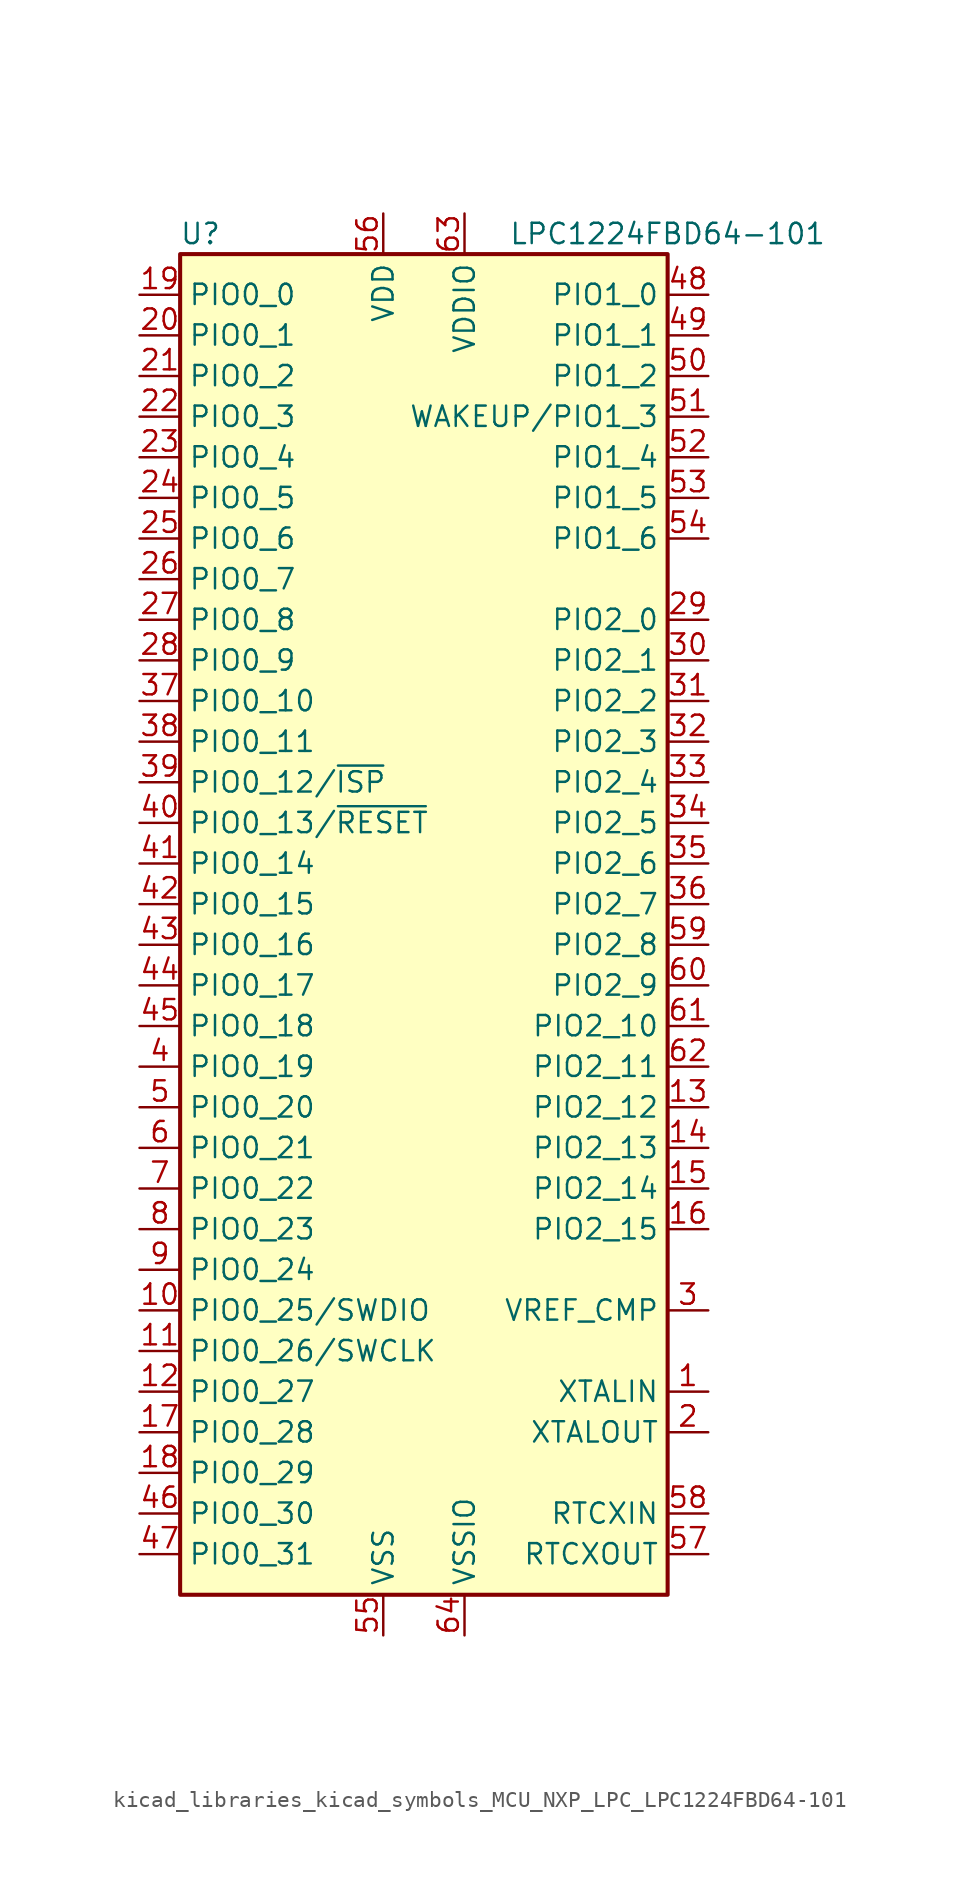
<source format=kicad_sym>
(kicad_symbol_lib
  (version 20220914)
  (generator kicad_symbol_editor)
  (symbol "kicad_libraries_kicad_symbols_MCU_NXP_LPC_LPC1224FBD64-101"
    (property "Reference" "U"
      (at -13.97 44.45 0)
      (effects (font (size 1.27 1.27))))
    (property "Value" "LPC1224FBD64-101"
      (at 15.24 44.45 0)
      (effects (font (size 1.27 1.27))))
    (symbol "kicad_libraries_kicad_symbols_MCU_NXP_LPC_LPC1224FBD64-101_0_1"
      (rectangle (start -15.24 43.18) (end 15.24 -40.64) (stroke (width 0.254) (type default)) (fill (type background))))
    (symbol "kicad_libraries_kicad_symbols_MCU_NXP_LPC_LPC1224FBD64-101_1_1"
      (pin input line (at 17.78 -27.94 180) (length 2.54) (name "XTALIN" (effects (font (size 1.27 1.27)))) (number "1" (effects (font (size 1.27 1.27)))))
      (pin bidirectional line (at -17.78 -22.86 0) (length 2.54) (name "PIO0_25/SWDIO" (effects (font (size 1.27 1.27)))) (number "10" (effects (font (size 1.27 1.27)))))
      (pin bidirectional line (at -17.78 -25.4 0) (length 2.54) (name "PIO0_26/SWCLK" (effects (font (size 1.27 1.27)))) (number "11" (effects (font (size 1.27 1.27)))))
      (pin bidirectional line (at -17.78 -27.94 0) (length 2.54) (name "PIO0_27" (effects (font (size 1.27 1.27)))) (number "12" (effects (font (size 1.27 1.27)))))
      (pin bidirectional line (at 17.78 -10.16 180) (length 2.54) (name "PIO2_12" (effects (font (size 1.27 1.27)))) (number "13" (effects (font (size 1.27 1.27)))))
      (pin bidirectional line (at 17.78 -12.7 180) (length 2.54) (name "PIO2_13" (effects (font (size 1.27 1.27)))) (number "14" (effects (font (size 1.27 1.27)))))
      (pin bidirectional line (at 17.78 -15.24 180) (length 2.54) (name "PIO2_14" (effects (font (size 1.27 1.27)))) (number "15" (effects (font (size 1.27 1.27)))))
      (pin bidirectional line (at 17.78 -17.78 180) (length 2.54) (name "PIO2_15" (effects (font (size 1.27 1.27)))) (number "16" (effects (font (size 1.27 1.27)))))
      (pin bidirectional line (at -17.78 -30.48 0) (length 2.54) (name "PIO0_28" (effects (font (size 1.27 1.27)))) (number "17" (effects (font (size 1.27 1.27)))))
      (pin bidirectional line (at -17.78 -33.02 0) (length 2.54) (name "PIO0_29" (effects (font (size 1.27 1.27)))) (number "18" (effects (font (size 1.27 1.27)))))
      (pin bidirectional line (at -17.78 40.64 0) (length 2.54) (name "PIO0_0" (effects (font (size 1.27 1.27)))) (number "19" (effects (font (size 1.27 1.27)))))
      (pin output line (at 17.78 -30.48 180) (length 2.54) (name "XTALOUT" (effects (font (size 1.27 1.27)))) (number "2" (effects (font (size 1.27 1.27)))))
      (pin bidirectional line (at -17.78 38.1 0) (length 2.54) (name "PIO0_1" (effects (font (size 1.27 1.27)))) (number "20" (effects (font (size 1.27 1.27)))))
      (pin bidirectional line (at -17.78 35.56 0) (length 2.54) (name "PIO0_2" (effects (font (size 1.27 1.27)))) (number "21" (effects (font (size 1.27 1.27)))))
      (pin bidirectional line (at -17.78 33.02 0) (length 2.54) (name "PIO0_3" (effects (font (size 1.27 1.27)))) (number "22" (effects (font (size 1.27 1.27)))))
      (pin bidirectional line (at -17.78 30.48 0) (length 2.54) (name "PIO0_4" (effects (font (size 1.27 1.27)))) (number "23" (effects (font (size 1.27 1.27)))))
      (pin bidirectional line (at -17.78 27.94 0) (length 2.54) (name "PIO0_5" (effects (font (size 1.27 1.27)))) (number "24" (effects (font (size 1.27 1.27)))))
      (pin bidirectional line (at -17.78 25.4 0) (length 2.54) (name "PIO0_6" (effects (font (size 1.27 1.27)))) (number "25" (effects (font (size 1.27 1.27)))))
      (pin bidirectional line (at -17.78 22.86 0) (length 2.54) (name "PIO0_7" (effects (font (size 1.27 1.27)))) (number "26" (effects (font (size 1.27 1.27)))))
      (pin bidirectional line (at -17.78 20.32 0) (length 2.54) (name "PIO0_8" (effects (font (size 1.27 1.27)))) (number "27" (effects (font (size 1.27 1.27)))))
      (pin bidirectional line (at -17.78 17.78 0) (length 2.54) (name "PIO0_9" (effects (font (size 1.27 1.27)))) (number "28" (effects (font (size 1.27 1.27)))))
      (pin bidirectional line (at 17.78 20.32 180) (length 2.54) (name "PIO2_0" (effects (font (size 1.27 1.27)))) (number "29" (effects (font (size 1.27 1.27)))))
      (pin input line (at 17.78 -22.86 180) (length 2.54) (name "VREF_CMP" (effects (font (size 1.27 1.27)))) (number "3" (effects (font (size 1.27 1.27)))))
      (pin bidirectional line (at 17.78 17.78 180) (length 2.54) (name "PIO2_1" (effects (font (size 1.27 1.27)))) (number "30" (effects (font (size 1.27 1.27)))))
      (pin bidirectional line (at 17.78 15.24 180) (length 2.54) (name "PIO2_2" (effects (font (size 1.27 1.27)))) (number "31" (effects (font (size 1.27 1.27)))))
      (pin bidirectional line (at 17.78 12.7 180) (length 2.54) (name "PIO2_3" (effects (font (size 1.27 1.27)))) (number "32" (effects (font (size 1.27 1.27)))))
      (pin bidirectional line (at 17.78 10.16 180) (length 2.54) (name "PIO2_4" (effects (font (size 1.27 1.27)))) (number "33" (effects (font (size 1.27 1.27)))))
      (pin bidirectional line (at 17.78 7.62 180) (length 2.54) (name "PIO2_5" (effects (font (size 1.27 1.27)))) (number "34" (effects (font (size 1.27 1.27)))))
      (pin bidirectional line (at 17.78 5.08 180) (length 2.54) (name "PIO2_6" (effects (font (size 1.27 1.27)))) (number "35" (effects (font (size 1.27 1.27)))))
      (pin bidirectional line (at 17.78 2.54 180) (length 2.54) (name "PIO2_7" (effects (font (size 1.27 1.27)))) (number "36" (effects (font (size 1.27 1.27)))))
      (pin bidirectional line (at -17.78 15.24 0) (length 2.54) (name "PIO0_10" (effects (font (size 1.27 1.27)))) (number "37" (effects (font (size 1.27 1.27)))))
      (pin bidirectional line (at -17.78 12.7 0) (length 2.54) (name "PIO0_11" (effects (font (size 1.27 1.27)))) (number "38" (effects (font (size 1.27 1.27)))))
      (pin bidirectional line (at -17.78 10.16 0) (length 2.54) (name "PIO0_12/~{ISP}" (effects (font (size 1.27 1.27)))) (number "39" (effects (font (size 1.27 1.27)))))
      (pin bidirectional line (at -17.78 -7.62 0) (length 2.54) (name "PIO0_19" (effects (font (size 1.27 1.27)))) (number "4" (effects (font (size 1.27 1.27)))))
      (pin bidirectional line (at -17.78 7.62 0) (length 2.54) (name "PIO0_13/~{RESET}" (effects (font (size 1.27 1.27)))) (number "40" (effects (font (size 1.27 1.27)))))
      (pin bidirectional line (at -17.78 5.08 0) (length 2.54) (name "PIO0_14" (effects (font (size 1.27 1.27)))) (number "41" (effects (font (size 1.27 1.27)))))
      (pin bidirectional line (at -17.78 2.54 0) (length 2.54) (name "PIO0_15" (effects (font (size 1.27 1.27)))) (number "42" (effects (font (size 1.27 1.27)))))
      (pin bidirectional line (at -17.78 0 0) (length 2.54) (name "PIO0_16" (effects (font (size 1.27 1.27)))) (number "43" (effects (font (size 1.27 1.27)))))
      (pin bidirectional line (at -17.78 -2.54 0) (length 2.54) (name "PIO0_17" (effects (font (size 1.27 1.27)))) (number "44" (effects (font (size 1.27 1.27)))))
      (pin bidirectional line (at -17.78 -5.08 0) (length 2.54) (name "PIO0_18" (effects (font (size 1.27 1.27)))) (number "45" (effects (font (size 1.27 1.27)))))
      (pin bidirectional line (at -17.78 -35.56 0) (length 2.54) (name "PIO0_30" (effects (font (size 1.27 1.27)))) (number "46" (effects (font (size 1.27 1.27)))))
      (pin bidirectional line (at -17.78 -38.1 0) (length 2.54) (name "PIO0_31" (effects (font (size 1.27 1.27)))) (number "47" (effects (font (size 1.27 1.27)))))
      (pin bidirectional line (at 17.78 40.64 180) (length 2.54) (name "PIO1_0" (effects (font (size 1.27 1.27)))) (number "48" (effects (font (size 1.27 1.27)))))
      (pin bidirectional line (at 17.78 38.1 180) (length 2.54) (name "PIO1_1" (effects (font (size 1.27 1.27)))) (number "49" (effects (font (size 1.27 1.27)))))
      (pin bidirectional line (at -17.78 -10.16 0) (length 2.54) (name "PIO0_20" (effects (font (size 1.27 1.27)))) (number "5" (effects (font (size 1.27 1.27)))))
      (pin bidirectional line (at 17.78 35.56 180) (length 2.54) (name "PIO1_2" (effects (font (size 1.27 1.27)))) (number "50" (effects (font (size 1.27 1.27)))))
      (pin bidirectional line (at 17.78 33.02 180) (length 2.54) (name "WAKEUP/PIO1_3" (effects (font (size 1.27 1.27)))) (number "51" (effects (font (size 1.27 1.27)))))
      (pin bidirectional line (at 17.78 30.48 180) (length 2.54) (name "PIO1_4" (effects (font (size 1.27 1.27)))) (number "52" (effects (font (size 1.27 1.27)))))
      (pin bidirectional line (at 17.78 27.94 180) (length 2.54) (name "PIO1_5" (effects (font (size 1.27 1.27)))) (number "53" (effects (font (size 1.27 1.27)))))
      (pin bidirectional line (at 17.78 25.4 180) (length 2.54) (name "PIO1_6" (effects (font (size 1.27 1.27)))) (number "54" (effects (font (size 1.27 1.27)))))
      (pin power_in line (at -2.54 -43.18 90) (length 2.54) (name "VSS" (effects (font (size 1.27 1.27)))) (number "55" (effects (font (size 1.27 1.27)))))
      (pin power_in line (at -2.54 45.72 270) (length 2.54) (name "VDD" (effects (font (size 1.27 1.27)))) (number "56" (effects (font (size 1.27 1.27)))))
      (pin output line (at 17.78 -38.1 180) (length 2.54) (name "RTCXOUT" (effects (font (size 1.27 1.27)))) (number "57" (effects (font (size 1.27 1.27)))))
      (pin input line (at 17.78 -35.56 180) (length 2.54) (name "RTCXIN" (effects (font (size 1.27 1.27)))) (number "58" (effects (font (size 1.27 1.27)))))
      (pin bidirectional line (at 17.78 0 180) (length 2.54) (name "PIO2_8" (effects (font (size 1.27 1.27)))) (number "59" (effects (font (size 1.27 1.27)))))
      (pin bidirectional line (at -17.78 -12.7 0) (length 2.54) (name "PIO0_21" (effects (font (size 1.27 1.27)))) (number "6" (effects (font (size 1.27 1.27)))))
      (pin bidirectional line (at 17.78 -2.54 180) (length 2.54) (name "PIO2_9" (effects (font (size 1.27 1.27)))) (number "60" (effects (font (size 1.27 1.27)))))
      (pin bidirectional line (at 17.78 -5.08 180) (length 2.54) (name "PIO2_10" (effects (font (size 1.27 1.27)))) (number "61" (effects (font (size 1.27 1.27)))))
      (pin bidirectional line (at 17.78 -7.62 180) (length 2.54) (name "PIO2_11" (effects (font (size 1.27 1.27)))) (number "62" (effects (font (size 1.27 1.27)))))
      (pin power_in line (at 2.54 45.72 270) (length 2.54) (name "VDDIO" (effects (font (size 1.27 1.27)))) (number "63" (effects (font (size 1.27 1.27)))))
      (pin power_in line (at 2.54 -43.18 90) (length 2.54) (name "VSSIO" (effects (font (size 1.27 1.27)))) (number "64" (effects (font (size 1.27 1.27)))))
      (pin bidirectional line (at -17.78 -15.24 0) (length 2.54) (name "PIO0_22" (effects (font (size 1.27 1.27)))) (number "7" (effects (font (size 1.27 1.27)))))
      (pin bidirectional line (at -17.78 -17.78 0) (length 2.54) (name "PIO0_23" (effects (font (size 1.27 1.27)))) (number "8" (effects (font (size 1.27 1.27)))))
      (pin bidirectional line (at -17.78 -20.32 0) (length 2.54) (name "PIO0_24" (effects (font (size 1.27 1.27)))) (number "9" (effects (font (size 1.27 1.27))))))))
</source>
